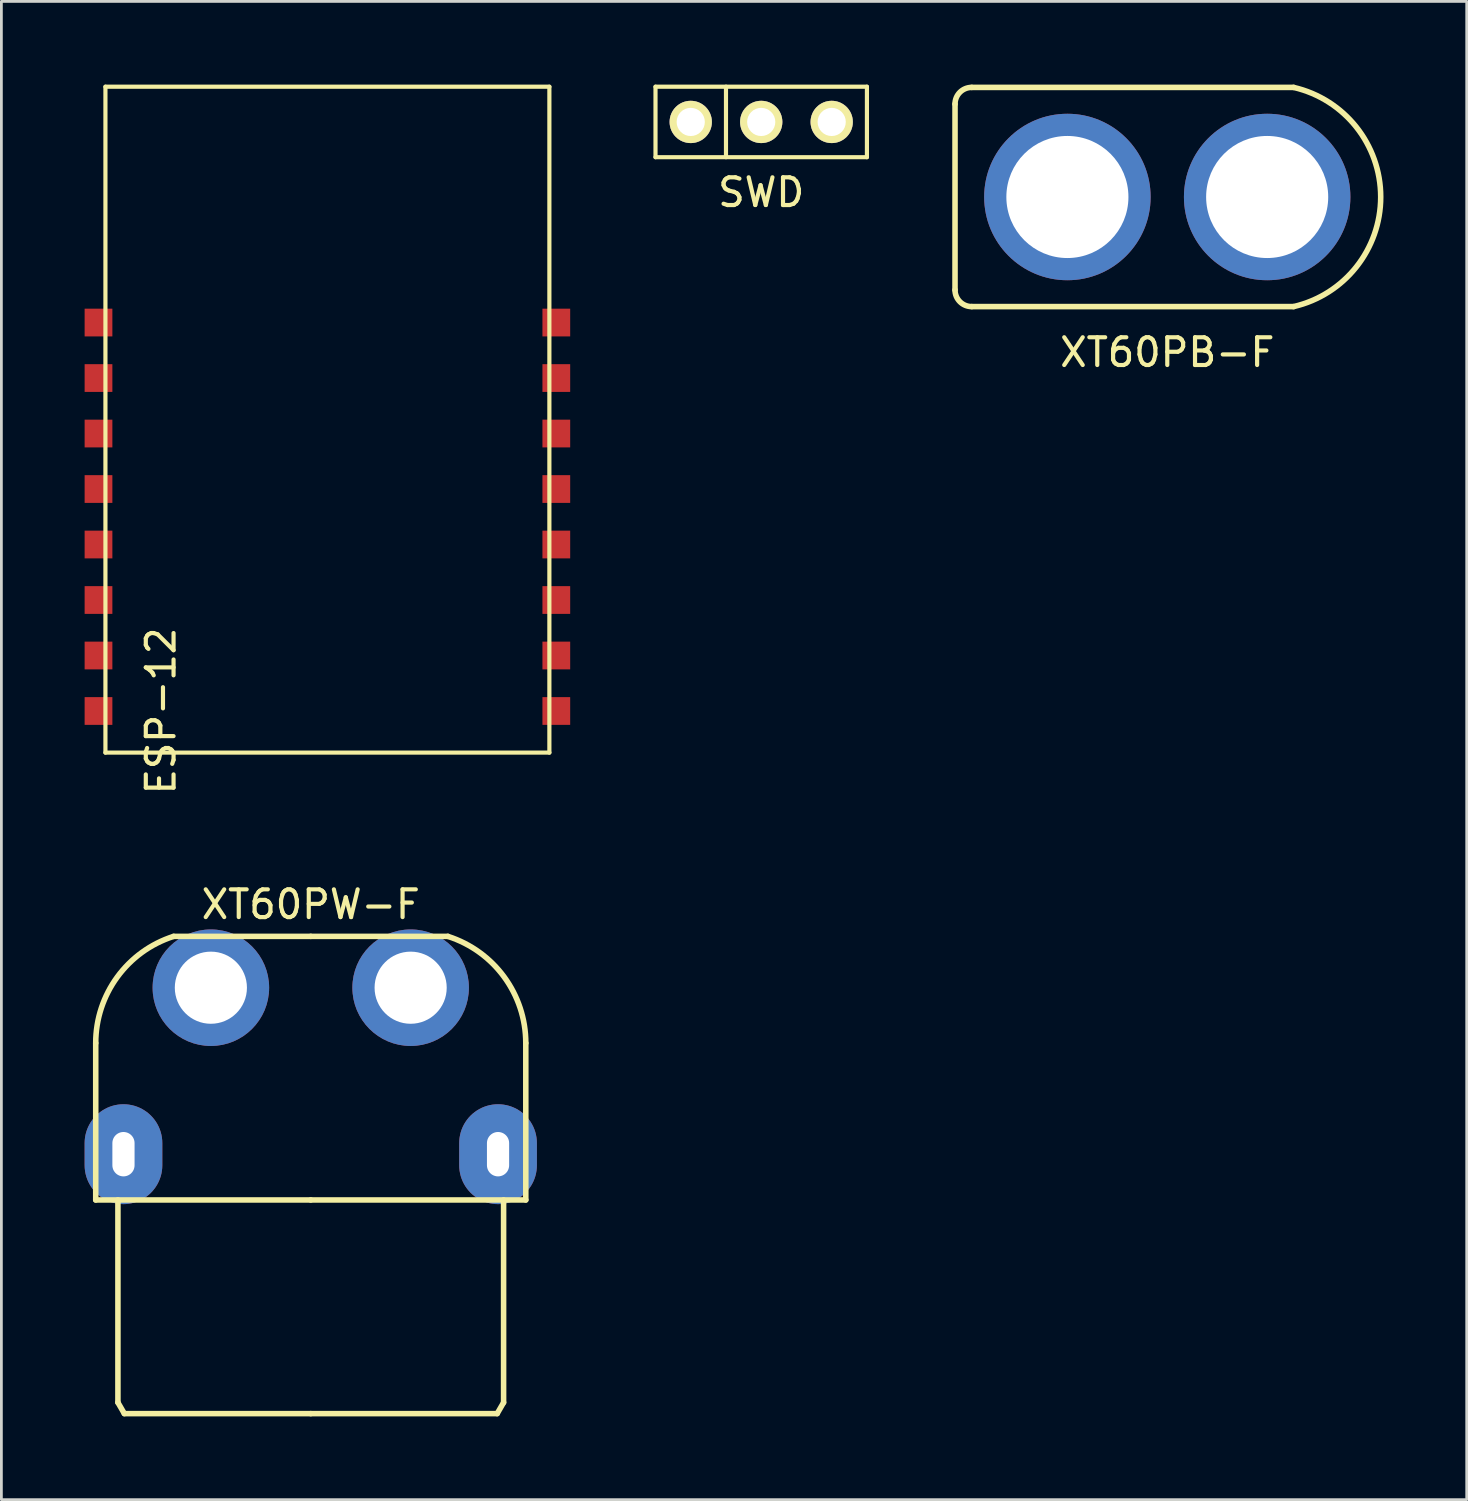
<source format=kicad_pcb>
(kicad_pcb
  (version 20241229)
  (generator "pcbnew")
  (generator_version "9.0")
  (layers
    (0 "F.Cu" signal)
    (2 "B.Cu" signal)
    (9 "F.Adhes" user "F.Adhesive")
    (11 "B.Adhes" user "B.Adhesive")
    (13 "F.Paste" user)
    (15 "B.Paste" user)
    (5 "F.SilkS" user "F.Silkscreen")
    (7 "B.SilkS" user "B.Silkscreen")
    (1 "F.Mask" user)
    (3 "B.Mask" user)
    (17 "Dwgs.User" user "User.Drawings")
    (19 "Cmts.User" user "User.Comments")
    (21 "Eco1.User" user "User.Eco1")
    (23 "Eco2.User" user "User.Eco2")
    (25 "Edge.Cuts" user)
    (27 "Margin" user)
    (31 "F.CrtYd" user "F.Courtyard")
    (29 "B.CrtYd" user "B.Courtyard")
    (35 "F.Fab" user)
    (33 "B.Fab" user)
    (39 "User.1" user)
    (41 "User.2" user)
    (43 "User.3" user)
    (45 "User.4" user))
  (footprint "XT60PW-F"
    (layer "F.Cu")
    (at 8.15 32.548)
    (property "Reference" "XT60PW-F" (at 0 -3 0) (layer "F.SilkS") (effects (font (size 1 1) (thickness 0.15))))
    (attr through_hole)
    (fp_line (start -7.75 7.65) (end -7.75 1.996) (stroke (width 0.2) (type solid)) (layer "F.SilkS"))
    (fp_line (start -6.95 14.95) (end -6.95 7.65) (stroke (width 0.2) (type solid)) (layer "F.SilkS"))
    (fp_line (start -6.95 14.95) (end -6.719 15.35) (stroke (width 0.2) (type solid)) (layer "F.SilkS"))
    (fp_line (start -6.719 15.35) (end 0 15.35) (stroke (width 0.2) (type solid)) (layer "F.SilkS"))
    (fp_line (start -4.942 -1.85) (end 0 -1.85) (stroke (width 0.2) (type solid)) (layer "F.SilkS"))
    (fp_line (start 0 7.65) (end -7.75 7.65) (stroke (width 0.2) (type solid)) (layer "F.SilkS"))
    (fp_line (start 0 7.65) (end 7.75 7.65) (stroke (width 0.2) (type solid)) (layer "F.SilkS"))
    (fp_line (start 4.942 -1.85) (end 0 -1.85) (stroke (width 0.2) (type solid)) (layer "F.SilkS"))
    (fp_line (start 6.719 15.35) (end 0 15.35) (stroke (width 0.2) (type solid)) (layer "F.SilkS"))
    (fp_line (start 6.95 14.95) (end 6.719 15.35) (stroke (width 0.2) (type solid)) (layer "F.SilkS"))
    (fp_line (start 6.95 14.95) (end 6.95 7.65) (stroke (width 0.2) (type solid)) (layer "F.SilkS"))
    (fp_line (start 7.75 7.65) (end 7.75 1.996) (stroke (width 0.2) (type solid)) (layer "F.SilkS"))
    (fp_arc (start -7.75 1.996419) (mid -6.973425 -0.384639) (end -4.942354 -1.849991) (stroke (width 0.2) (type solid)) (layer "F.SilkS"))
    (fp_arc (start 4.942354 -1.849991) (mid 6.973425 -0.384639) (end 7.75 1.996419) (stroke (width 0.2) (type solid)) (layer "F.SilkS"))
    (pad "" thru_hole oval (at -6.75 6) (size 2.8 3.6) (drill oval 0.8 1.6) (layers "*.Cu" "*.Mask"))
    (pad "" thru_hole oval (at 6.75 6) (size 2.8 3.6) (drill oval 0.8 1.6) (layers "*.Cu" "*.Mask"))
    (pad "1" thru_hole circle (at -3.6 0) (size 4.2 4.2) (drill 2.6) (layers "*.Cu" "*.Mask"))
    (pad "2" thru_hole circle (at 3.6 0) (size 4.2 4.2) (drill 2.6) (layers "*.Cu" "*.Mask")))
  (footprint "ESP-12"
    (layer "F.Cu")
    (at 8.75 24.075)
    (property "Reference" "ESP-12" (at -6 -1.5 90) (layer "F.SilkS") (effects (font (size 1 1) (thickness 0.15))))
    (attr through_hole)
    (fp_line (start -8 -24) (end 8 -24) (stroke (width 0.15) (type solid)) (layer "F.SilkS"))
    (fp_line (start -8 0) (end -8 -24) (stroke (width 0.15) (type solid)) (layer "F.SilkS"))
    (fp_line (start 8 -24) (end 8 0) (stroke (width 0.15) (type solid)) (layer "F.SilkS"))
    (fp_line (start 8 0) (end -8 0) (stroke (width 0.15) (type solid)) (layer "F.SilkS"))
    (pad "1" smd rect (at -8.25 -15.5) (size 1 1) (layers "F.Cu" "F.Mask" "F.Paste"))
    (pad "2" smd rect (at -8.25 -13.5) (size 1 1) (layers "F.Cu" "F.Mask" "F.Paste"))
    (pad "3" smd rect (at -8.25 -11.5) (size 1 1) (layers "F.Cu" "F.Mask" "F.Paste"))
    (pad "4" smd rect (at -8.25 -9.5) (size 1 1) (layers "F.Cu" "F.Mask" "F.Paste"))
    (pad "5" smd rect (at -8.25 -7.5) (size 1 1) (layers "F.Cu" "F.Mask" "F.Paste"))
    (pad "6" smd rect (at -8.25 -5.5) (size 1 1) (layers "F.Cu" "F.Mask" "F.Paste"))
    (pad "7" smd rect (at -8.25 -3.5) (size 1 1) (layers "F.Cu" "F.Mask" "F.Paste"))
    (pad "8" smd rect (at -8.25 -1.5) (size 1 1) (layers "F.Cu" "F.Mask" "F.Paste"))
    (pad "9" smd rect (at 8.25 -1.5) (size 1 1) (layers "F.Cu" "F.Mask" "F.Paste"))
    (pad "10" smd rect (at 8.25 -3.5) (size 1 1) (layers "F.Cu" "F.Mask" "F.Paste"))
    (pad "11" smd rect (at 8.25 -5.5) (size 1 1) (layers "F.Cu" "F.Mask" "F.Paste"))
    (pad "12" smd rect (at 8.25 -7.5) (size 1 1) (layers "F.Cu" "F.Mask" "F.Paste"))
    (pad "13" smd rect (at 8.25 -9.5) (size 1 1) (layers "F.Cu" "F.Mask" "F.Paste"))
    (pad "14" smd rect (at 8.25 -11.5) (size 1 1) (layers "F.Cu" "F.Mask" "F.Paste"))
    (pad "15" smd rect (at 8.25 -13.5) (size 1 1) (layers "F.Cu" "F.Mask" "F.Paste"))
    (pad "16" smd rect (at 8.25 -15.5) (size 1 1) (layers "F.Cu" "F.Mask" "F.Paste")))
  (footprint "SWD"
    (layer "F.Cu")
    (at 24.385 1.345)
    (property "Reference" "SWD" (at 0 2.54 0) (layer "F.SilkS") (effects (font (size 1 1) (thickness 0.15))))
    (attr through_hole)
    (fp_line (start -3.81 -1.27) (end 3.81 -1.27) (stroke (width 0.15) (type solid)) (layer "F.SilkS"))
    (fp_line (start -3.81 1.27) (end -3.81 -1.27) (stroke (width 0.15) (type solid)) (layer "F.SilkS"))
    (fp_line (start -1.27 -1.27) (end -1.27 1.27) (stroke (width 0.15) (type solid)) (layer "F.SilkS"))
    (fp_line (start 3.81 -1.27) (end 3.81 1.27) (stroke (width 0.15) (type solid)) (layer "F.SilkS"))
    (fp_line (start 3.81 1.27) (end -3.81 1.27) (stroke (width 0.15) (type solid)) (layer "F.SilkS"))
    (pad "1" thru_hole circle (at -2.54 0) (size 1.524 1.524) (drill 1.016) (layers "*.Cu" "*.Mask" "F.SilkS"))
    (pad "2" thru_hole circle (at 0 0) (size 1.524 1.524) (drill 1.016) (layers "*.Cu" "*.Mask" "F.SilkS"))
    (pad "3" thru_hole circle (at 2.54 0) (size 1.524 1.524) (drill 1.016) (layers "*.Cu" "*.Mask" "F.SilkS")))
  (footprint "XT60PB-F"
    (layer "F.Cu")
    (at 39.02 4.05)
    (property "Reference" "XT60PB-F" (at 0 5.6 0) (layer "F.SilkS") (effects (font (size 1 1) (thickness 0.15))))
    (attr through_hole)
    (fp_line (start -7.65 -3.35) (end -7.65 3.35) (stroke (width 0.2) (type solid)) (layer "F.SilkS"))
    (fp_line (start -7.05 -3.95) (end 4.553 -3.95) (stroke (width 0.2) (type solid)) (layer "F.SilkS"))
    (fp_line (start 4.553 3.95) (end -7.05 3.95) (stroke (width 0.2) (type solid)) (layer "F.SilkS"))
    (fp_arc (start -7.65 -3.35) (mid -7.474264 -3.774264) (end -7.05 -3.95) (stroke (width 0.2) (type solid)) (layer "F.SilkS"))
    (fp_arc (start -7.05 3.95) (mid -7.474264 3.774264) (end -7.65 3.35) (stroke (width 0.2) (type solid)) (layer "F.SilkS"))
    (fp_arc (start 4.553404 -3.95) (mid 7.692377 0) (end 4.553405 3.95) (stroke (width 0.2) (type solid)) (layer "F.SilkS"))
    (pad "1" thru_hole circle (at 3.6 0) (size 6 6) (drill 4.4) (layers "*.Cu" "*.Mask"))
    (pad "2" thru_hole circle (at -3.6 0) (size 6 6) (drill 4.4) (layers "*.Cu" "*.Mask")))
  (gr_rect
    (start -3 -3)
    (end 49.812 50.998)
    (stroke (width 0.1) (type default))
    (fill no)
    (layer "Edge.Cuts")))
</source>
